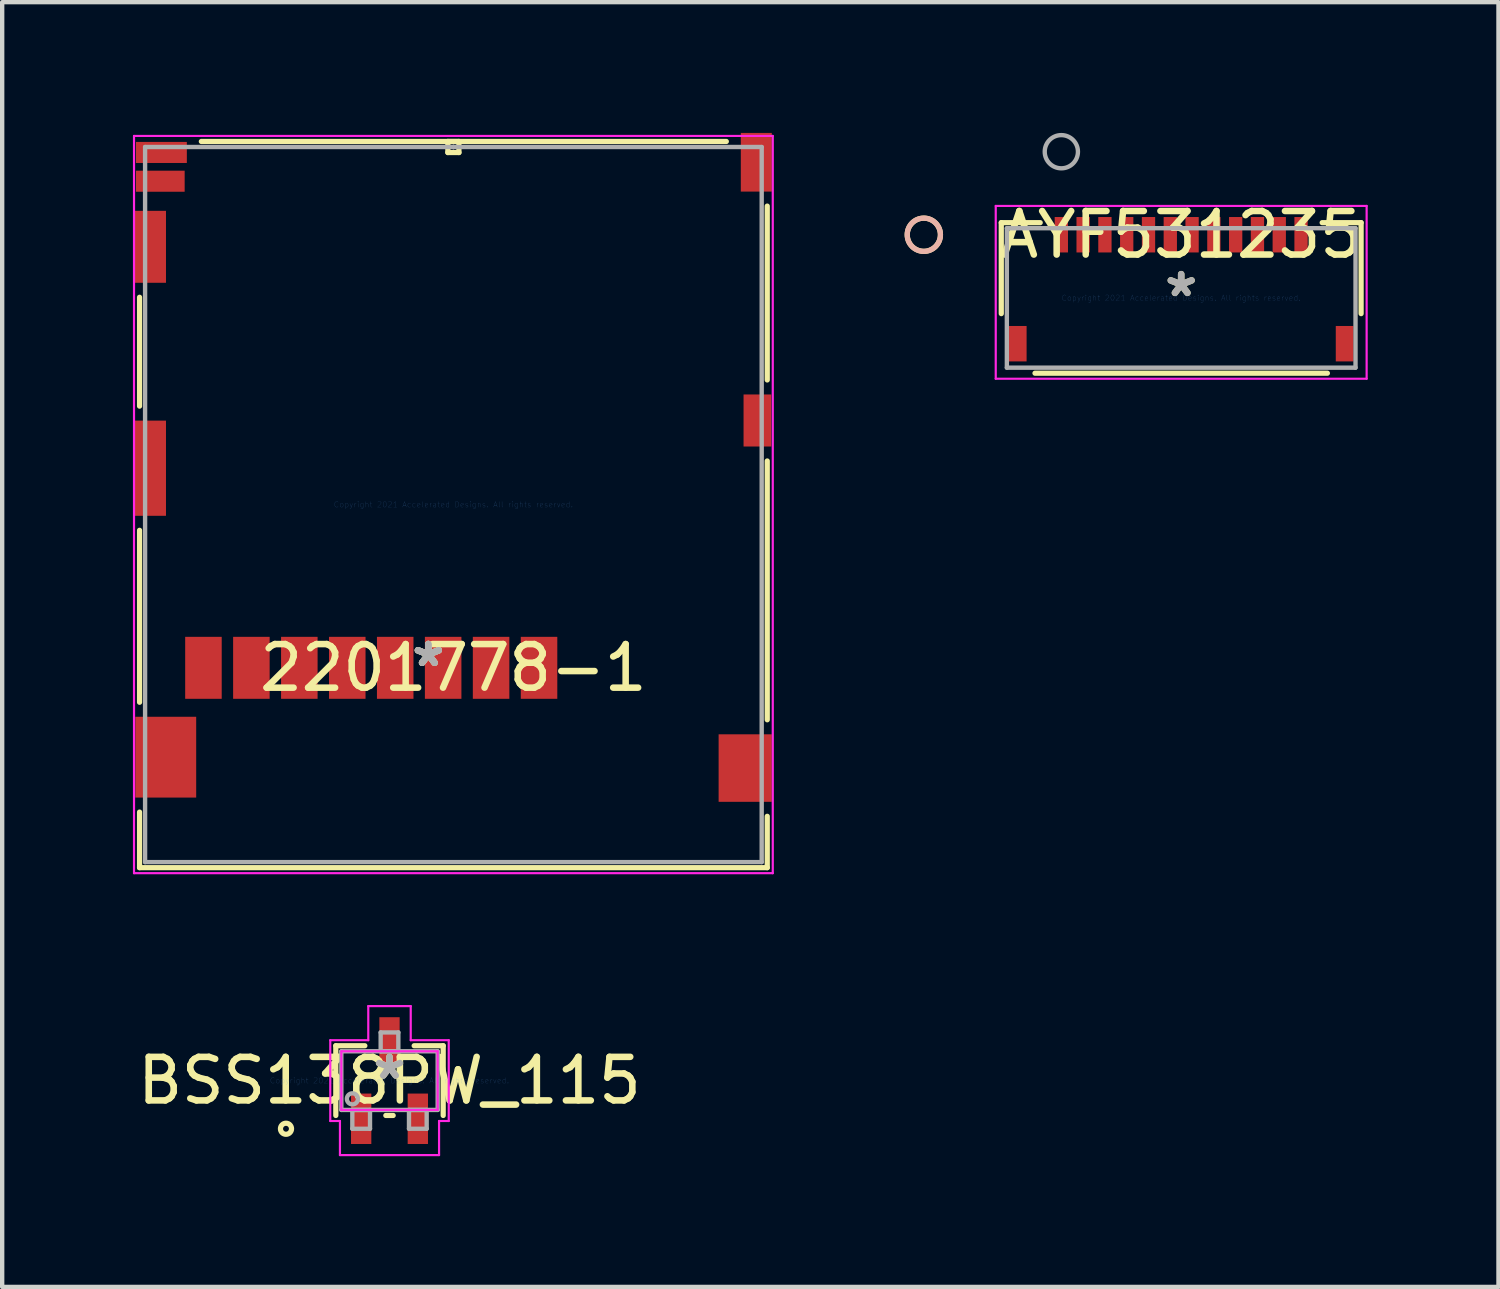
<source format=kicad_pcb>
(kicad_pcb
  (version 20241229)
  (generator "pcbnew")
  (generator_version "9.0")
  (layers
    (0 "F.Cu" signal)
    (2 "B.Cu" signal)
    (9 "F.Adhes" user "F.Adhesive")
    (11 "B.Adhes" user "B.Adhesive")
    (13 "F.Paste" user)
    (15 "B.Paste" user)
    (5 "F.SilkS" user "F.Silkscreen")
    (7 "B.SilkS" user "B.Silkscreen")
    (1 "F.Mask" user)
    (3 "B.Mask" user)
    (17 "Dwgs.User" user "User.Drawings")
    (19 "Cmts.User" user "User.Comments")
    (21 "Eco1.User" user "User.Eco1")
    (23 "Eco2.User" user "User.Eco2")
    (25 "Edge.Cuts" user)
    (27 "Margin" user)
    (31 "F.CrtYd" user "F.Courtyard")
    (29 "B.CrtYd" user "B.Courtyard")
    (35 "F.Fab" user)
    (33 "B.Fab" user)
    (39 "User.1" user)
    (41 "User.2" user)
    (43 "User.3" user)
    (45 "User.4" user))
  (footprint "2201778-1"
    (layer "F.Cu")
    (at 7.353 8.527)
    (property "Reference" "2201778-1" (at 0 3.746 0) (layer "F.SilkS") (effects (font (size 1 1) (thickness 0.15))))
    (attr through_hole)
    (fp_line (start -7.201 -4.756) (end -7.201 -2.259) (stroke (width 0.12) (type solid)) (layer "F.SilkS"))
    (fp_line (start -7.201 0.591) (end -7.201 4.536) (stroke (width 0.12) (type solid)) (layer "F.SilkS"))
    (fp_line (start -7.201 7.056) (end -7.201 8.331) (stroke (width 0.12) (type solid)) (layer "F.SilkS"))
    (fp_line (start -7.201 8.331) (end 7.201 8.331) (stroke (width 0.12) (type solid)) (layer "F.SilkS"))
    (fp_line (start -0.127 -8.331) (end -0.127 -8.077) (stroke (width 0.12) (type solid)) (layer "F.SilkS"))
    (fp_line (start -0.127 -8.077) (end 0.127 -8.077) (stroke (width 0.12) (type solid)) (layer "F.SilkS"))
    (fp_line (start 0.127 -8.331) (end -0.127 -8.331) (stroke (width 0.12) (type solid)) (layer "F.SilkS"))
    (fp_line (start 0.127 -8.077) (end 0.127 -8.331) (stroke (width 0.12) (type solid)) (layer "F.SilkS"))
    (fp_line (start 6.262 -8.331) (end -5.783 -8.331) (stroke (width 0.12) (type solid)) (layer "F.SilkS"))
    (fp_line (start 7.201 -2.859) (end 7.201 -6.848) (stroke (width 0.12) (type solid)) (layer "F.SilkS"))
    (fp_line (start 7.201 4.938) (end 7.201 -1) (stroke (width 0.12) (type solid)) (layer "F.SilkS"))
    (fp_line (start 7.201 8.331) (end 7.201 7.153) (stroke (width 0.12) (type solid)) (layer "F.SilkS"))
    (fp_line (start -7.328 -8.458) (end -7.328 8.458) (stroke (width 0.05) (type solid)) (layer "F.CrtYd"))
    (fp_line (start -7.328 8.458) (end 7.328 8.458) (stroke (width 0.05) (type solid)) (layer "F.CrtYd"))
    (fp_line (start 7.328 -8.458) (end -7.328 -8.458) (stroke (width 0.05) (type solid)) (layer "F.CrtYd"))
    (fp_line (start 7.328 8.458) (end 7.328 -8.458) (stroke (width 0.05) (type solid)) (layer "F.CrtYd"))
    (fp_line (start -7.074 -8.204) (end -7.074 8.204) (stroke (width 0.1) (type solid)) (layer "F.Fab"))
    (fp_line (start -7.074 8.204) (end 7.074 8.204) (stroke (width 0.1) (type solid)) (layer "F.Fab"))
    (fp_line (start 0 -8.204) (end 0 -8.204) (stroke (width 0.1) (type solid)) (layer "F.Fab"))
    (fp_line (start 0 -8.204) (end 0 -8.204) (stroke (width 0.1) (type solid)) (layer "F.Fab"))
    (fp_line (start 0 -8.204) (end 0 -8.204) (stroke (width 0.1) (type solid)) (layer "F.Fab"))
    (fp_line (start 0 -8.204) (end 0 -8.204) (stroke (width 0.1) (type solid)) (layer "F.Fab"))
    (fp_line (start 7.074 -8.204) (end -7.074 -8.204) (stroke (width 0.1) (type solid)) (layer "F.Fab"))
    (fp_line (start 7.074 8.204) (end 7.074 -8.204) (stroke (width 0.1) (type solid)) (layer "F.Fab"))
    (fp_text user "*" (at -0.575 3.746 0) (layer "F.SilkS") (effects (font (size 1 1) (thickness 0.15))))
    (fp_text user "*" (at -0.575 3.746 0) (layer "F.SilkS") (effects (font (size 1 1) (thickness 0.15))))
    (fp_text user "Copyright 2021 Accelerated Designs. All rights reserved." (at 0 0 0) (layer "Cmts.User") (effects (font (size 0.127 0.127) (thickness 0.002))))
    (fp_text user "*" (at -0.575 3.746 0) (layer "F.Fab") (effects (font (size 1 1) (thickness 0.15))))
    (fp_text user "*" (at -0.575 3.746 0) (layer "F.Fab") (effects (font (size 1 1) (thickness 0.15))))
    (pad "1" smd rect (at 1.965 3.746) (size 0.838 1.422) (layers "F.Cu" "F.Mask" "F.Paste"))
    (pad "2" smd rect (at 0.865 3.746) (size 0.838 1.422) (layers "F.Cu" "F.Mask" "F.Paste"))
    (pad "3" smd rect (at -0.235 3.746) (size 0.838 1.422) (layers "F.Cu" "F.Mask" "F.Paste"))
    (pad "4" smd rect (at -1.335 3.746) (size 0.838 1.422) (layers "F.Cu" "F.Mask" "F.Paste"))
    (pad "5" smd rect (at -2.435 3.746) (size 0.838 1.422) (layers "F.Cu" "F.Mask" "F.Paste"))
    (pad "6" smd rect (at -3.535 3.746) (size 0.838 1.422) (layers "F.Cu" "F.Mask" "F.Paste"))
    (pad "7" smd rect (at -4.635 3.746) (size 0.838 1.422) (layers "F.Cu" "F.Mask" "F.Paste"))
    (pad "8" smd rect (at -5.735 3.746) (size 0.838 1.422) (layers "F.Cu" "F.Mask" "F.Paste"))
    (pad "9" smd rect (at -6.7 -8.079) (size 1.168 0.483) (layers "F.Cu" "F.Mask" "F.Paste"))
    (pad "10" smd rect (at -6.725 -7.419) (size 1.118 0.483) (layers "F.Cu" "F.Mask" "F.Paste"))
    (pad "11" smd rect (at -6.6 5.796) (size 1.397 1.854) (layers "F.Cu" "F.Mask" "F.Paste"))
    (pad "12" smd rect (at -6.95 -0.834) (size 0.711 2.184) (layers "F.Cu" "F.Mask" "F.Paste"))
    (pad "13" smd rect (at -6.95 -5.914) (size 0.711 1.651) (layers "F.Cu" "F.Mask" "F.Paste"))
    (pad "14" smd rect (at 6.95 -7.854) (size 0.711 1.346) (layers "F.Cu" "F.Mask" "F.Paste"))
    (pad "15" smd rect (at 6.975 -1.929) (size 0.635 1.194) (layers "F.Cu" "F.Mask" "F.Paste"))
    (pad "16" smd rect (at 6.695 6.046) (size 1.219 1.549) (layers "F.Cu" "F.Mask" "F.Paste")))
  (footprint "AYF531235"
    (layer "F.Cu")
    (at 24.052 3.786)
    (property "Reference" "AYF531235" (at 0 -1.45 0) (layer "F.SilkS") (effects (font (size 1 1) (thickness 0.15))))
    (attr through_hole)
    (fp_line (start -4.128 -1.727) (end -4.128 0.36) (stroke (width 0.12) (type solid)) (layer "F.SilkS"))
    (fp_line (start -3.354 1.727) (end 3.354 1.727) (stroke (width 0.12) (type solid)) (layer "F.SilkS"))
    (fp_line (start -3.235 -1.727) (end -4.128 -1.727) (stroke (width 0.12) (type solid)) (layer "F.SilkS"))
    (fp_line (start 4.128 -1.727) (end 3.235 -1.727) (stroke (width 0.12) (type solid)) (layer "F.SilkS"))
    (fp_line (start 4.128 0.36) (end 4.128 -1.727) (stroke (width 0.12) (type solid)) (layer "F.SilkS"))
    (fp_circle (center -5.905 -1.45) (end -5.524 -1.45) (stroke (width 0.12) (type solid)) (fill no) (layer "F.SilkS"))
    (fp_circle (center -5.905 -1.45) (end -5.524 -1.45) (stroke (width 0.12) (type solid)) (fill no) (layer "B.SilkS"))
    (fp_line (start -4.255 -2.111) (end -4.255 1.854) (stroke (width 0.05) (type solid)) (layer "F.CrtYd"))
    (fp_line (start -4.255 1.854) (end 4.255 1.854) (stroke (width 0.05) (type solid)) (layer "F.CrtYd"))
    (fp_line (start 4.255 -2.111) (end -4.255 -2.111) (stroke (width 0.05) (type solid)) (layer "F.CrtYd"))
    (fp_line (start 4.255 1.854) (end 4.255 -2.111) (stroke (width 0.05) (type solid)) (layer "F.CrtYd"))
    (fp_line (start -4 -1.6) (end -4 1.6) (stroke (width 0.1) (type solid)) (layer "F.Fab"))
    (fp_line (start -4 1.6) (end 4 1.6) (stroke (width 0.1) (type solid)) (layer "F.Fab"))
    (fp_line (start 4 -1.6) (end -4 -1.6) (stroke (width 0.1) (type solid)) (layer "F.Fab"))
    (fp_line (start 4 1.6) (end 4 -1.6) (stroke (width 0.1) (type solid)) (layer "F.Fab"))
    (fp_circle (center -2.75 -3.355) (end -2.369 -3.355) (stroke (width 0.1) (type solid)) (fill no) (layer "F.Fab"))
    (fp_text user "*" (at 0 0 0) (layer "F.SilkS") (effects (font (size 1 1) (thickness 0.15))))
    (fp_text user "Copyright 2021 Accelerated Designs. All rights reserved." (at 0 0 0) (layer "Cmts.User") (effects (font (size 0.127 0.127) (thickness 0.002))))
    (fp_text user "*" (at 0 0 0) (layer "F.Fab") (effects (font (size 1 1) (thickness 0.15))))
    (pad "1" smd rect (at -2.75 -1.45) (size 0.305 0.813) (layers "F.Cu" "F.Mask" "F.Paste"))
    (pad "2" smd rect (at -2.25 -1.45) (size 0.305 0.813) (layers "F.Cu" "F.Mask" "F.Paste"))
    (pad "3" smd rect (at -1.75 -1.45) (size 0.305 0.813) (layers "F.Cu" "F.Mask" "F.Paste"))
    (pad "4" smd rect (at -1.25 -1.45) (size 0.305 0.813) (layers "F.Cu" "F.Mask" "F.Paste"))
    (pad "5" smd rect (at -0.75 -1.45) (size 0.305 0.813) (layers "F.Cu" "F.Mask" "F.Paste"))
    (pad "6" smd rect (at -0.25 -1.45) (size 0.305 0.813) (layers "F.Cu" "F.Mask" "F.Paste"))
    (pad "7" smd rect (at 0.25 -1.45) (size 0.305 0.813) (layers "F.Cu" "F.Mask" "F.Paste"))
    (pad "8" smd rect (at 0.75 -1.45) (size 0.305 0.813) (layers "F.Cu" "F.Mask" "F.Paste"))
    (pad "9" smd rect (at 1.25 -1.45) (size 0.305 0.813) (layers "F.Cu" "F.Mask" "F.Paste"))
    (pad "10" smd rect (at 1.75 -1.45) (size 0.305 0.813) (layers "F.Cu" "F.Mask" "F.Paste"))
    (pad "11" smd rect (at 2.25 -1.45) (size 0.305 0.813) (layers "F.Cu" "F.Mask" "F.Paste"))
    (pad "12" smd rect (at 2.75 -1.45) (size 0.305 0.813) (layers "F.Cu" "F.Mask" "F.Paste"))
    (pad "13" smd rect (at -3.75 1.05) (size 0.406 0.813) (layers "F.Cu" "F.Mask" "F.Paste"))
    (pad "14" smd rect (at 3.75 1.05) (size 0.406 0.813) (layers "F.Cu" "F.Mask" "F.Paste")))
  (footprint "BSS138PW_115"
    (layer "F.Cu")
    (at 5.887 21.744)
    (property "Reference" "BSS138PW_115" (at 0 0 0) (layer "F.SilkS") (effects (font (size 1 1) (thickness 0.15))))
    (attr through_hole)
    (fp_line (start -1.232 -0.8) (end -1.232 0.8) (stroke (width 0.12) (type solid)) (layer "F.SilkS"))
    (fp_line (start -0.566 -0.8) (end -1.232 -0.8) (stroke (width 0.12) (type solid)) (layer "F.SilkS"))
    (fp_line (start -0.084 0.8) (end 0.084 0.8) (stroke (width 0.12) (type solid)) (layer "F.SilkS"))
    (fp_line (start 1.232 -0.8) (end 0.566 -0.8) (stroke (width 0.12) (type solid)) (layer "F.SilkS"))
    (fp_line (start 1.232 0.8) (end 1.232 -0.8) (stroke (width 0.12) (type solid)) (layer "F.SilkS"))
    (fp_circle (center -2.375 1.105) (end -2.248 1.105) (stroke (width 0.12) (type solid)) (fill no) (layer "F.SilkS"))
    (fp_line (start -1.359 -0.927) (end -0.487 -0.927) (stroke (width 0.05) (type solid)) (layer "F.CrtYd"))
    (fp_line (start -1.359 0.927) (end -1.359 -0.927) (stroke (width 0.05) (type solid)) (layer "F.CrtYd"))
    (fp_line (start -1.137 0.927) (end -1.359 0.927) (stroke (width 0.05) (type solid)) (layer "F.CrtYd"))
    (fp_line (start -1.137 1.709) (end -1.137 0.927) (stroke (width 0.05) (type solid)) (layer "F.CrtYd"))
    (fp_line (start -1.105 -0.673) (end 1.105 -0.673) (stroke (width 0.05) (type solid)) (layer "F.CrtYd"))
    (fp_line (start -1.105 0.673) (end -1.105 -0.673) (stroke (width 0.05) (type solid)) (layer "F.CrtYd"))
    (fp_line (start -0.487 -1.709) (end 0.487 -1.709) (stroke (width 0.05) (type solid)) (layer "F.CrtYd"))
    (fp_line (start -0.487 -0.927) (end -0.487 -1.709) (stroke (width 0.05) (type solid)) (layer "F.CrtYd"))
    (fp_line (start 0.487 -1.709) (end 0.487 -0.927) (stroke (width 0.05) (type solid)) (layer "F.CrtYd"))
    (fp_line (start 0.487 -0.927) (end 1.359 -0.927) (stroke (width 0.05) (type solid)) (layer "F.CrtYd"))
    (fp_line (start 1.105 -0.673) (end 1.105 0.673) (stroke (width 0.05) (type solid)) (layer "F.CrtYd"))
    (fp_line (start 1.105 0.673) (end -1.105 0.673) (stroke (width 0.05) (type solid)) (layer "F.CrtYd"))
    (fp_line (start 1.137 0.927) (end 1.137 1.709) (stroke (width 0.05) (type solid)) (layer "F.CrtYd"))
    (fp_line (start 1.137 1.709) (end -1.137 1.709) (stroke (width 0.05) (type solid)) (layer "F.CrtYd"))
    (fp_line (start 1.359 -0.927) (end 1.359 0.927) (stroke (width 0.05) (type solid)) (layer "F.CrtYd"))
    (fp_line (start 1.359 0.927) (end 1.137 0.927) (stroke (width 0.05) (type solid)) (layer "F.CrtYd"))
    (fp_line (start -1.105 -0.673) (end -1.105 0.673) (stroke (width 0.1) (type solid)) (layer "F.Fab"))
    (fp_line (start -1.105 0.673) (end 1.105 0.673) (stroke (width 0.1) (type solid)) (layer "F.Fab"))
    (fp_line (start -0.853 0.673) (end -0.853 1.105) (stroke (width 0.1) (type solid)) (layer "F.Fab"))
    (fp_line (start -0.853 1.105) (end -0.447 1.105) (stroke (width 0.1) (type solid)) (layer "F.Fab"))
    (fp_line (start -0.447 0.673) (end -0.853 0.673) (stroke (width 0.1) (type solid)) (layer "F.Fab"))
    (fp_line (start -0.447 1.105) (end -0.447 0.673) (stroke (width 0.1) (type solid)) (layer "F.Fab"))
    (fp_line (start -0.203 -1.105) (end -0.203 -0.673) (stroke (width 0.1) (type solid)) (layer "F.Fab"))
    (fp_line (start -0.203 -0.673) (end 0.203 -0.673) (stroke (width 0.1) (type solid)) (layer "F.Fab"))
    (fp_line (start 0.203 -1.105) (end -0.203 -1.105) (stroke (width 0.1) (type solid)) (layer "F.Fab"))
    (fp_line (start 0.203 -0.673) (end 0.203 -1.105) (stroke (width 0.1) (type solid)) (layer "F.Fab"))
    (fp_line (start 0.447 0.673) (end 0.447 1.105) (stroke (width 0.1) (type solid)) (layer "F.Fab"))
    (fp_line (start 0.447 1.105) (end 0.853 1.105) (stroke (width 0.1) (type solid)) (layer "F.Fab"))
    (fp_line (start 0.853 0.673) (end 0.447 0.673) (stroke (width 0.1) (type solid)) (layer "F.Fab"))
    (fp_line (start 0.853 1.105) (end 0.853 0.673) (stroke (width 0.1) (type solid)) (layer "F.Fab"))
    (fp_line (start 1.105 -0.673) (end -1.105 -0.673) (stroke (width 0.1) (type solid)) (layer "F.Fab"))
    (fp_line (start 1.105 0.673) (end 1.105 -0.673) (stroke (width 0.1) (type solid)) (layer "F.Fab"))
    (fp_circle (center -0.851 0.419) (end -0.724 0.419) (stroke (width 0.1) (type solid)) (fill no) (layer "F.Fab"))
    (fp_text user "*" (at 0 0 0) (layer "F.SilkS") (effects (font (size 1 1) (thickness 0.15))))
    (fp_text user "Copyright 2021 Accelerated Designs. All rights reserved." (at 0 0 0) (layer "Cmts.User") (effects (font (size 0.127 0.127) (thickness 0.002))))
    (fp_text user "*" (at 0 0 0) (layer "F.Fab") (effects (font (size 1 1) (thickness 0.15))))
    (pad "1" smd rect (at -0.65 0.876) (size 0.466 1.157) (layers "F.Cu" "F.Mask" "F.Paste"))
    (pad "2" smd rect (at 0.65 0.876) (size 0.466 1.157) (layers "F.Cu" "F.Mask" "F.Paste"))
    (pad "3" smd rect (at 0 -0.876) (size 0.466 1.157) (layers "F.Cu" "F.Mask" "F.Paste")))
  (gr_rect
    (start -3 -3)
    (end 31.332 26.478)
    (stroke (width 0.1) (type default))
    (fill no)
    (layer "Edge.Cuts")))
</source>
